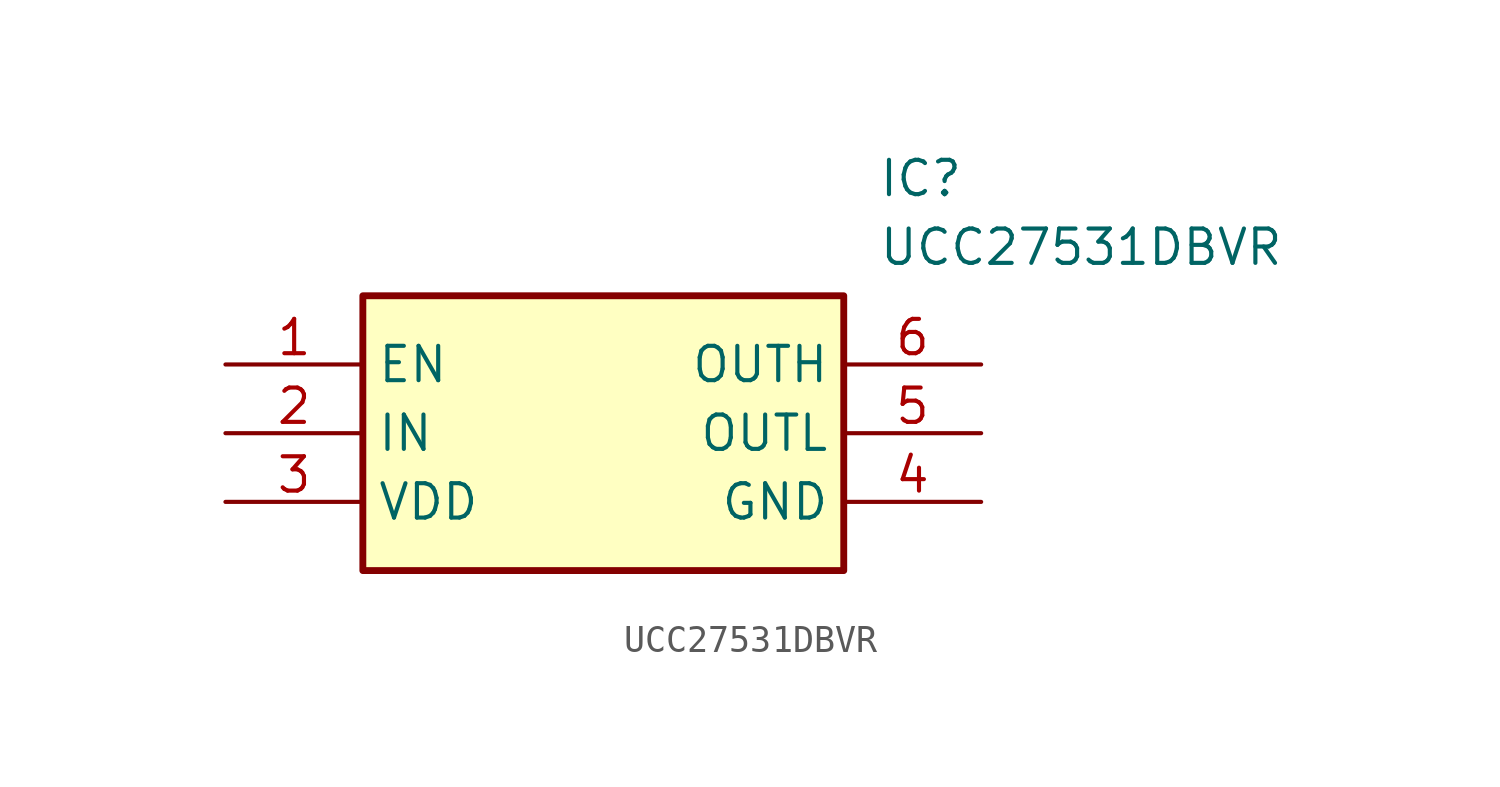
<source format=kicad_sym>
(kicad_symbol_lib
  (version 20211014)
  (generator SamacSys_ECAD_Model)
  (symbol "UCC27531DBVR"
    (property "Reference" "IC"
      (at 24.13 7.62 0)
      (effects (font (size 1.27 1.27)) (justify left top)))
    (property "Value" "UCC27531DBVR"
      (at 24.13 5.08 0)
      (effects (font (size 1.27 1.27)) (justify left top)))
    (rectangle
      (start 5.08 2.54)
      (end 22.86 -7.62)
      (stroke (width 0.254) (type default))
      (fill (type background)))
    (pin passive line
      (at 0 0 0)
      (length 5.08)
      (name "EN" (effects (font (size 1.27 1.27))))
      (number "1" (effects (font (size 1.27 1.27)))))
    (pin passive line
      (at 0 -2.54 0)
      (length 5.08)
      (name "IN" (effects (font (size 1.27 1.27))))
      (number "2" (effects (font (size 1.27 1.27)))))
    (pin passive line
      (at 0 -5.08 0)
      (length 5.08)
      (name "VDD" (effects (font (size 1.27 1.27))))
      (number "3" (effects (font (size 1.27 1.27)))))
    (pin passive line
      (at 27.94 0 180)
      (length 5.08)
      (name "OUTH" (effects (font (size 1.27 1.27))))
      (number "6" (effects (font (size 1.27 1.27)))))
    (pin passive line
      (at 27.94 -2.54 180)
      (length 5.08)
      (name "OUTL" (effects (font (size 1.27 1.27))))
      (number "5" (effects (font (size 1.27 1.27)))))
    (pin passive line
      (at 27.94 -5.08 180)
      (length 5.08)
      (name "GND" (effects (font (size 1.27 1.27))))
      (number "4" (effects (font (size 1.27 1.27)))))))
</source>
